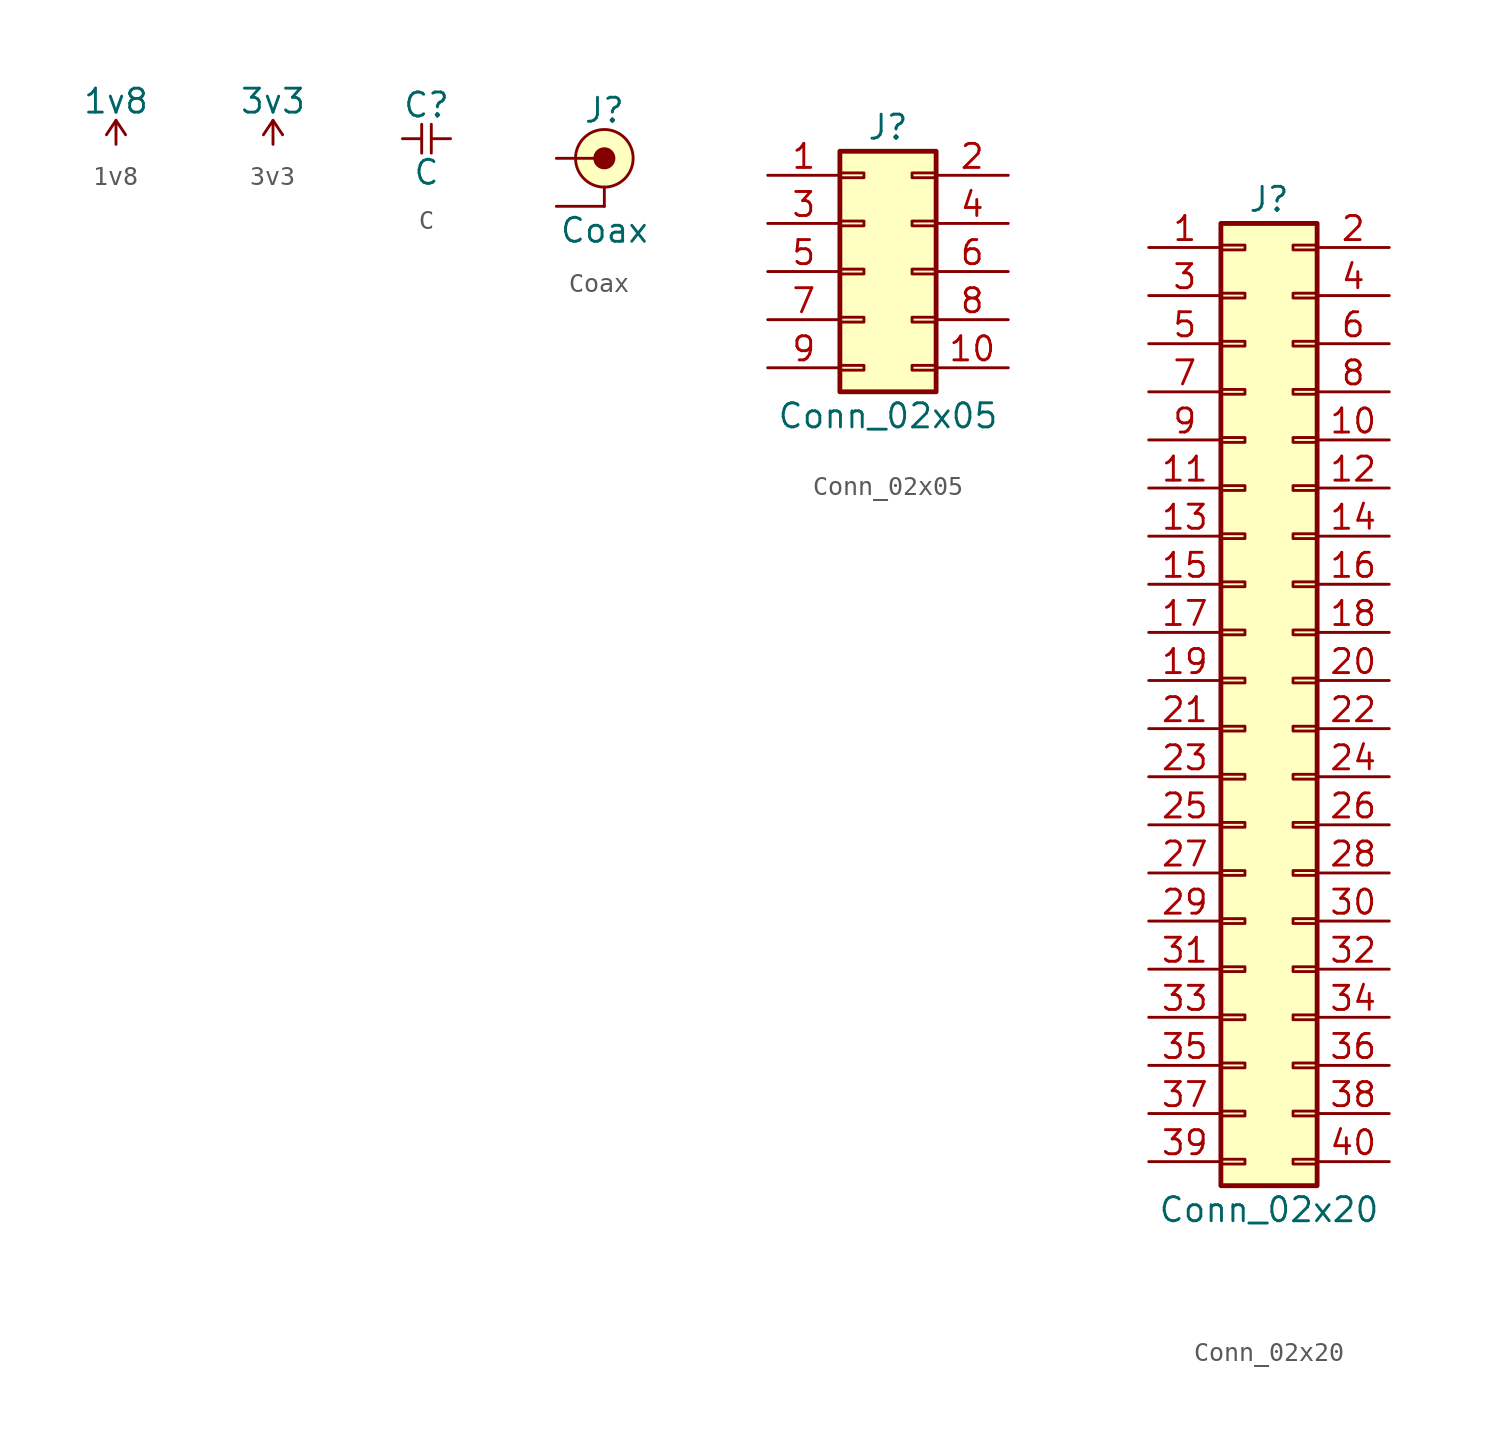
<source format=kicad_sym>
(kicad_symbol_lib
  (version 20211014)
  (generator kicad_symbol_editor)
  (symbol "1v8"
    (power)
    (pin_numbers hide)
    (pin_names
      (offset 1.016) hide)
    (property "Reference" "#PWR"
      (at 0 2.794 0)
      (effects (font (size 1.27 1.27)) (justify left) hide))
    (property "Value" "1v8"
      (at 0 2.286 0)
      (effects (font (size 1.27 1.27))))
    (symbol "1v8_0_1"
      (polyline (pts (xy 0 1.27) (xy 0.508 0.508)) (stroke (width 0) (type default) (color 0 0 0 0)) (fill (type none)))
      (polyline (pts (xy 0 0) (xy 0 1.27) (xy -0.508 0.508)) (stroke (width 0) (type default) (color 0 0 0 0)) (fill (type none))))
    (symbol "1v8_1_1"
      (pin power_in line (at 0 0 180) (length 0) hide (name "1v8" (effects (font (size 1.27 1.27)))) (number "1" (effects (font (size 1.27 1.27)))))))
  (symbol "3v3"
    (power)
    (pin_numbers hide)
    (pin_names
      (offset 1.016) hide)
    (property "Reference" "#PWR"
      (at 0 2.794 0)
      (effects (font (size 1.27 1.27)) (justify left) hide))
    (property "Value" "3v3"
      (at 0 2.286 0)
      (effects (font (size 1.27 1.27))))
    (symbol "3v3_0_1"
      (polyline (pts (xy 0 1.27) (xy 0.508 0.508)) (stroke (width 0) (type default) (color 0 0 0 0)) (fill (type none)))
      (polyline (pts (xy 0 0) (xy 0 1.27) (xy -0.508 0.508)) (stroke (width 0) (type default) (color 0 0 0 0)) (fill (type none))))
    (symbol "3v3_1_1"
      (pin power_in line (at 0 0 180) (length 0) hide (name "3v3" (effects (font (size 1.27 1.27)))) (number "1" (effects (font (size 1.27 1.27)))))))
  (symbol "C"
    (pin_numbers hide)
    (pin_names
      (offset 1.016) hide)
    (property "Reference" "C"
      (at 1.27 1.778 0)
      (effects (font (size 1.27 1.27))))
    (property "Value" "C"
      (at 1.27 -1.778 0)
      (effects (font (size 1.27 1.27))))
    (symbol "C_0_1"
      (polyline (pts (xy 1.016 0.762) (xy 1.016 -0.762)) (stroke (width 0) (type default) (color 0 0 0 0)) (fill (type none)))
      (polyline (pts (xy 1.524 0.762) (xy 1.524 -0.762)) (stroke (width 0) (type default) (color 0 0 0 0)) (fill (type none))))
    (symbol "C_1_1"
      (pin passive line (at 0 0 0) (length 1.016) (name "~" (effects (font (size 1.27 1.27)))) (number "1" (effects (font (size 1.27 1.27)))))
      (pin passive line (at 2.54 0 180) (length 1.016) (name "~" (effects (font (size 1.27 1.27)))) (number "2" (effects (font (size 1.27 1.27)))))))
  (symbol "Coax"
    (pin_numbers hide)
    (pin_names
      (offset 1.016) hide)
    (property "Reference" "J"
      (at 0 2.54 0)
      (effects (font (size 1.27 1.27))))
    (property "Value" "Coax"
      (at 0 -3.81 0)
      (effects (font (size 1.27 1.27))))
    (symbol "Coax_0_1"
      (polyline (pts (xy 0 -1.524) (xy 0 -2.54)) (stroke (width 0) (type default) (color 0 0 0 0)) (fill (type none)))
      (circle (center 0 0) (radius 0.508) (stroke (width 0) (type default) (color 0 0 0 0)) (fill (type outline)))
      (circle (center 0 0) (radius 1.524) (stroke (width 0) (type default) (color 0 0 0 0)) (fill (type background))))
    (symbol "Coax_1_1"
      (pin bidirectional line (at -2.54 0 0) (length 2.54) (name "RF" (effects (font (size 1.27 1.27)))) (number "1" (effects (font (size 1.27 1.27)))))
      (pin power_in line (at -2.54 -2.54 0) (length 2.54) (name "GND" (effects (font (size 1.27 1.27)))) (number "2" (effects (font (size 1.27 1.27)))))))
  (symbol "Conn_02x05"
    (pin_names
      (offset 1.016) hide)
    (property "Reference" "J"
      (at 1.27 7.62 0)
      (effects (font (size 1.27 1.27))))
    (property "Value" "Conn_02x05"
      (at 1.27 -7.62 0)
      (effects (font (size 1.27 1.27))))
    (symbol "Conn_02x05_1_1"
      (rectangle (start -1.27 -4.953) (end 0 -5.207) (stroke (width 0.152) (type default) (color 0 0 0 0)) (fill (type none)))
      (rectangle (start -1.27 -2.413) (end 0 -2.667) (stroke (width 0.152) (type default) (color 0 0 0 0)) (fill (type none)))
      (rectangle (start -1.27 0.127) (end 0 -0.127) (stroke (width 0.152) (type default) (color 0 0 0 0)) (fill (type none)))
      (rectangle (start -1.27 2.667) (end 0 2.413) (stroke (width 0.152) (type default) (color 0 0 0 0)) (fill (type none)))
      (rectangle (start -1.27 5.207) (end 0 4.953) (stroke (width 0.152) (type default) (color 0 0 0 0)) (fill (type none)))
      (rectangle (start -1.27 6.35) (end 3.81 -6.35) (stroke (width 0.254) (type default) (color 0 0 0 0)) (fill (type background)))
      (rectangle (start 3.81 -4.953) (end 2.54 -5.207) (stroke (width 0.152) (type default) (color 0 0 0 0)) (fill (type none)))
      (rectangle (start 3.81 -2.413) (end 2.54 -2.667) (stroke (width 0.152) (type default) (color 0 0 0 0)) (fill (type none)))
      (rectangle (start 3.81 0.127) (end 2.54 -0.127) (stroke (width 0.152) (type default) (color 0 0 0 0)) (fill (type none)))
      (rectangle (start 3.81 2.667) (end 2.54 2.413) (stroke (width 0.152) (type default) (color 0 0 0 0)) (fill (type none)))
      (rectangle (start 3.81 5.207) (end 2.54 4.953) (stroke (width 0.152) (type default) (color 0 0 0 0)) (fill (type none)))
      (pin passive line (at -5.08 5.08 0) (length 3.81) (name "Pin_1" (effects (font (size 1.27 1.27)))) (number "1" (effects (font (size 1.27 1.27)))))
      (pin passive line (at 7.62 -5.08 180) (length 3.81) (name "Pin_10" (effects (font (size 1.27 1.27)))) (number "10" (effects (font (size 1.27 1.27)))))
      (pin passive line (at 7.62 5.08 180) (length 3.81) (name "Pin_2" (effects (font (size 1.27 1.27)))) (number "2" (effects (font (size 1.27 1.27)))))
      (pin passive line (at -5.08 2.54 0) (length 3.81) (name "Pin_3" (effects (font (size 1.27 1.27)))) (number "3" (effects (font (size 1.27 1.27)))))
      (pin passive line (at 7.62 2.54 180) (length 3.81) (name "Pin_4" (effects (font (size 1.27 1.27)))) (number "4" (effects (font (size 1.27 1.27)))))
      (pin passive line (at -5.08 0 0) (length 3.81) (name "Pin_5" (effects (font (size 1.27 1.27)))) (number "5" (effects (font (size 1.27 1.27)))))
      (pin passive line (at 7.62 0 180) (length 3.81) (name "Pin_6" (effects (font (size 1.27 1.27)))) (number "6" (effects (font (size 1.27 1.27)))))
      (pin passive line (at -5.08 -2.54 0) (length 3.81) (name "Pin_7" (effects (font (size 1.27 1.27)))) (number "7" (effects (font (size 1.27 1.27)))))
      (pin passive line (at 7.62 -2.54 180) (length 3.81) (name "Pin_8" (effects (font (size 1.27 1.27)))) (number "8" (effects (font (size 1.27 1.27)))))
      (pin passive line (at -5.08 -5.08 0) (length 3.81) (name "Pin_9" (effects (font (size 1.27 1.27)))) (number "9" (effects (font (size 1.27 1.27)))))))
  (symbol "Conn_02x20"
    (pin_names
      (offset 1.016) hide)
    (property "Reference" "J"
      (at 1.27 25.4 0)
      (effects (font (size 1.27 1.27))))
    (property "Value" "Conn_02x20"
      (at 1.27 -27.94 0)
      (effects (font (size 1.27 1.27))))
    (symbol "Conn_02x20_1_1"
      (rectangle (start -1.27 -25.273) (end 0 -25.527) (stroke (width 0.152) (type default) (color 0 0 0 0)) (fill (type none)))
      (rectangle (start -1.27 -22.733) (end 0 -22.987) (stroke (width 0.152) (type default) (color 0 0 0 0)) (fill (type none)))
      (rectangle (start -1.27 -20.193) (end 0 -20.447) (stroke (width 0.152) (type default) (color 0 0 0 0)) (fill (type none)))
      (rectangle (start -1.27 -17.653) (end 0 -17.907) (stroke (width 0.152) (type default) (color 0 0 0 0)) (fill (type none)))
      (rectangle (start -1.27 -15.113) (end 0 -15.367) (stroke (width 0.152) (type default) (color 0 0 0 0)) (fill (type none)))
      (rectangle (start -1.27 -12.573) (end 0 -12.827) (stroke (width 0.152) (type default) (color 0 0 0 0)) (fill (type none)))
      (rectangle (start -1.27 -10.033) (end 0 -10.287) (stroke (width 0.152) (type default) (color 0 0 0 0)) (fill (type none)))
      (rectangle (start -1.27 -7.493) (end 0 -7.747) (stroke (width 0.152) (type default) (color 0 0 0 0)) (fill (type none)))
      (rectangle (start -1.27 -4.953) (end 0 -5.207) (stroke (width 0.152) (type default) (color 0 0 0 0)) (fill (type none)))
      (rectangle (start -1.27 -2.413) (end 0 -2.667) (stroke (width 0.152) (type default) (color 0 0 0 0)) (fill (type none)))
      (rectangle (start -1.27 0.127) (end 0 -0.127) (stroke (width 0.152) (type default) (color 0 0 0 0)) (fill (type none)))
      (rectangle (start -1.27 2.667) (end 0 2.413) (stroke (width 0.152) (type default) (color 0 0 0 0)) (fill (type none)))
      (rectangle (start -1.27 5.207) (end 0 4.953) (stroke (width 0.152) (type default) (color 0 0 0 0)) (fill (type none)))
      (rectangle (start -1.27 7.747) (end 0 7.493) (stroke (width 0.152) (type default) (color 0 0 0 0)) (fill (type none)))
      (rectangle (start -1.27 10.287) (end 0 10.033) (stroke (width 0.152) (type default) (color 0 0 0 0)) (fill (type none)))
      (rectangle (start -1.27 12.827) (end 0 12.573) (stroke (width 0.152) (type default) (color 0 0 0 0)) (fill (type none)))
      (rectangle (start -1.27 15.367) (end 0 15.113) (stroke (width 0.152) (type default) (color 0 0 0 0)) (fill (type none)))
      (rectangle (start -1.27 17.907) (end 0 17.653) (stroke (width 0.152) (type default) (color 0 0 0 0)) (fill (type none)))
      (rectangle (start -1.27 20.447) (end 0 20.193) (stroke (width 0.152) (type default) (color 0 0 0 0)) (fill (type none)))
      (rectangle (start -1.27 22.987) (end 0 22.733) (stroke (width 0.152) (type default) (color 0 0 0 0)) (fill (type none)))
      (rectangle (start -1.27 24.13) (end 3.81 -26.67) (stroke (width 0.254) (type default) (color 0 0 0 0)) (fill (type background)))
      (rectangle (start 3.81 -25.273) (end 2.54 -25.527) (stroke (width 0.152) (type default) (color 0 0 0 0)) (fill (type none)))
      (rectangle (start 3.81 -22.733) (end 2.54 -22.987) (stroke (width 0.152) (type default) (color 0 0 0 0)) (fill (type none)))
      (rectangle (start 3.81 -20.193) (end 2.54 -20.447) (stroke (width 0.152) (type default) (color 0 0 0 0)) (fill (type none)))
      (rectangle (start 3.81 -17.653) (end 2.54 -17.907) (stroke (width 0.152) (type default) (color 0 0 0 0)) (fill (type none)))
      (rectangle (start 3.81 -15.113) (end 2.54 -15.367) (stroke (width 0.152) (type default) (color 0 0 0 0)) (fill (type none)))
      (rectangle (start 3.81 -12.573) (end 2.54 -12.827) (stroke (width 0.152) (type default) (color 0 0 0 0)) (fill (type none)))
      (rectangle (start 3.81 -10.033) (end 2.54 -10.287) (stroke (width 0.152) (type default) (color 0 0 0 0)) (fill (type none)))
      (rectangle (start 3.81 -7.493) (end 2.54 -7.747) (stroke (width 0.152) (type default) (color 0 0 0 0)) (fill (type none)))
      (rectangle (start 3.81 -4.953) (end 2.54 -5.207) (stroke (width 0.152) (type default) (color 0 0 0 0)) (fill (type none)))
      (rectangle (start 3.81 -2.413) (end 2.54 -2.667) (stroke (width 0.152) (type default) (color 0 0 0 0)) (fill (type none)))
      (rectangle (start 3.81 0.127) (end 2.54 -0.127) (stroke (width 0.152) (type default) (color 0 0 0 0)) (fill (type none)))
      (rectangle (start 3.81 2.667) (end 2.54 2.413) (stroke (width 0.152) (type default) (color 0 0 0 0)) (fill (type none)))
      (rectangle (start 3.81 5.207) (end 2.54 4.953) (stroke (width 0.152) (type default) (color 0 0 0 0)) (fill (type none)))
      (rectangle (start 3.81 7.747) (end 2.54 7.493) (stroke (width 0.152) (type default) (color 0 0 0 0)) (fill (type none)))
      (rectangle (start 3.81 10.287) (end 2.54 10.033) (stroke (width 0.152) (type default) (color 0 0 0 0)) (fill (type none)))
      (rectangle (start 3.81 12.827) (end 2.54 12.573) (stroke (width 0.152) (type default) (color 0 0 0 0)) (fill (type none)))
      (rectangle (start 3.81 15.367) (end 2.54 15.113) (stroke (width 0.152) (type default) (color 0 0 0 0)) (fill (type none)))
      (rectangle (start 3.81 17.907) (end 2.54 17.653) (stroke (width 0.152) (type default) (color 0 0 0 0)) (fill (type none)))
      (rectangle (start 3.81 20.447) (end 2.54 20.193) (stroke (width 0.152) (type default) (color 0 0 0 0)) (fill (type none)))
      (rectangle (start 3.81 22.987) (end 2.54 22.733) (stroke (width 0.152) (type default) (color 0 0 0 0)) (fill (type none)))
      (pin passive line (at -5.08 22.86 0) (length 3.81) (name "Pin_1" (effects (font (size 1.27 1.27)))) (number "1" (effects (font (size 1.27 1.27)))))
      (pin passive line (at 7.62 12.7 180) (length 3.81) (name "Pin_10" (effects (font (size 1.27 1.27)))) (number "10" (effects (font (size 1.27 1.27)))))
      (pin passive line (at -5.08 10.16 0) (length 3.81) (name "Pin_11" (effects (font (size 1.27 1.27)))) (number "11" (effects (font (size 1.27 1.27)))))
      (pin passive line (at 7.62 10.16 180) (length 3.81) (name "Pin_12" (effects (font (size 1.27 1.27)))) (number "12" (effects (font (size 1.27 1.27)))))
      (pin passive line (at -5.08 7.62 0) (length 3.81) (name "Pin_13" (effects (font (size 1.27 1.27)))) (number "13" (effects (font (size 1.27 1.27)))))
      (pin passive line (at 7.62 7.62 180) (length 3.81) (name "Pin_14" (effects (font (size 1.27 1.27)))) (number "14" (effects (font (size 1.27 1.27)))))
      (pin passive line (at -5.08 5.08 0) (length 3.81) (name "Pin_15" (effects (font (size 1.27 1.27)))) (number "15" (effects (font (size 1.27 1.27)))))
      (pin passive line (at 7.62 5.08 180) (length 3.81) (name "Pin_16" (effects (font (size 1.27 1.27)))) (number "16" (effects (font (size 1.27 1.27)))))
      (pin passive line (at -5.08 2.54 0) (length 3.81) (name "Pin_17" (effects (font (size 1.27 1.27)))) (number "17" (effects (font (size 1.27 1.27)))))
      (pin passive line (at 7.62 2.54 180) (length 3.81) (name "Pin_18" (effects (font (size 1.27 1.27)))) (number "18" (effects (font (size 1.27 1.27)))))
      (pin passive line (at -5.08 0 0) (length 3.81) (name "Pin_19" (effects (font (size 1.27 1.27)))) (number "19" (effects (font (size 1.27 1.27)))))
      (pin passive line (at 7.62 22.86 180) (length 3.81) (name "Pin_2" (effects (font (size 1.27 1.27)))) (number "2" (effects (font (size 1.27 1.27)))))
      (pin passive line (at 7.62 0 180) (length 3.81) (name "Pin_20" (effects (font (size 1.27 1.27)))) (number "20" (effects (font (size 1.27 1.27)))))
      (pin passive line (at -5.08 -2.54 0) (length 3.81) (name "Pin_21" (effects (font (size 1.27 1.27)))) (number "21" (effects (font (size 1.27 1.27)))))
      (pin passive line (at 7.62 -2.54 180) (length 3.81) (name "Pin_22" (effects (font (size 1.27 1.27)))) (number "22" (effects (font (size 1.27 1.27)))))
      (pin passive line (at -5.08 -5.08 0) (length 3.81) (name "Pin_23" (effects (font (size 1.27 1.27)))) (number "23" (effects (font (size 1.27 1.27)))))
      (pin passive line (at 7.62 -5.08 180) (length 3.81) (name "Pin_24" (effects (font (size 1.27 1.27)))) (number "24" (effects (font (size 1.27 1.27)))))
      (pin passive line (at -5.08 -7.62 0) (length 3.81) (name "Pin_25" (effects (font (size 1.27 1.27)))) (number "25" (effects (font (size 1.27 1.27)))))
      (pin passive line (at 7.62 -7.62 180) (length 3.81) (name "Pin_26" (effects (font (size 1.27 1.27)))) (number "26" (effects (font (size 1.27 1.27)))))
      (pin passive line (at -5.08 -10.16 0) (length 3.81) (name "Pin_27" (effects (font (size 1.27 1.27)))) (number "27" (effects (font (size 1.27 1.27)))))
      (pin passive line (at 7.62 -10.16 180) (length 3.81) (name "Pin_28" (effects (font (size 1.27 1.27)))) (number "28" (effects (font (size 1.27 1.27)))))
      (pin passive line (at -5.08 -12.7 0) (length 3.81) (name "Pin_29" (effects (font (size 1.27 1.27)))) (number "29" (effects (font (size 1.27 1.27)))))
      (pin passive line (at -5.08 20.32 0) (length 3.81) (name "Pin_3" (effects (font (size 1.27 1.27)))) (number "3" (effects (font (size 1.27 1.27)))))
      (pin passive line (at 7.62 -12.7 180) (length 3.81) (name "Pin_30" (effects (font (size 1.27 1.27)))) (number "30" (effects (font (size 1.27 1.27)))))
      (pin passive line (at -5.08 -15.24 0) (length 3.81) (name "Pin_31" (effects (font (size 1.27 1.27)))) (number "31" (effects (font (size 1.27 1.27)))))
      (pin passive line (at 7.62 -15.24 180) (length 3.81) (name "Pin_32" (effects (font (size 1.27 1.27)))) (number "32" (effects (font (size 1.27 1.27)))))
      (pin passive line (at -5.08 -17.78 0) (length 3.81) (name "Pin_33" (effects (font (size 1.27 1.27)))) (number "33" (effects (font (size 1.27 1.27)))))
      (pin passive line (at 7.62 -17.78 180) (length 3.81) (name "Pin_34" (effects (font (size 1.27 1.27)))) (number "34" (effects (font (size 1.27 1.27)))))
      (pin passive line (at -5.08 -20.32 0) (length 3.81) (name "Pin_35" (effects (font (size 1.27 1.27)))) (number "35" (effects (font (size 1.27 1.27)))))
      (pin passive line (at 7.62 -20.32 180) (length 3.81) (name "Pin_36" (effects (font (size 1.27 1.27)))) (number "36" (effects (font (size 1.27 1.27)))))
      (pin passive line (at -5.08 -22.86 0) (length 3.81) (name "Pin_37" (effects (font (size 1.27 1.27)))) (number "37" (effects (font (size 1.27 1.27)))))
      (pin passive line (at 7.62 -22.86 180) (length 3.81) (name "Pin_38" (effects (font (size 1.27 1.27)))) (number "38" (effects (font (size 1.27 1.27)))))
      (pin passive line (at -5.08 -25.4 0) (length 3.81) (name "Pin_39" (effects (font (size 1.27 1.27)))) (number "39" (effects (font (size 1.27 1.27)))))
      (pin passive line (at 7.62 20.32 180) (length 3.81) (name "Pin_4" (effects (font (size 1.27 1.27)))) (number "4" (effects (font (size 1.27 1.27)))))
      (pin passive line (at 7.62 -25.4 180) (length 3.81) (name "Pin_40" (effects (font (size 1.27 1.27)))) (number "40" (effects (font (size 1.27 1.27)))))
      (pin passive line (at -5.08 17.78 0) (length 3.81) (name "Pin_5" (effects (font (size 1.27 1.27)))) (number "5" (effects (font (size 1.27 1.27)))))
      (pin passive line (at 7.62 17.78 180) (length 3.81) (name "Pin_6" (effects (font (size 1.27 1.27)))) (number "6" (effects (font (size 1.27 1.27)))))
      (pin passive line (at -5.08 15.24 0) (length 3.81) (name "Pin_7" (effects (font (size 1.27 1.27)))) (number "7" (effects (font (size 1.27 1.27)))))
      (pin passive line (at 7.62 15.24 180) (length 3.81) (name "Pin_8" (effects (font (size 1.27 1.27)))) (number "8" (effects (font (size 1.27 1.27)))))
      (pin passive line (at -5.08 12.7 0) (length 3.81) (name "Pin_9" (effects (font (size 1.27 1.27)))) (number "9" (effects (font (size 1.27 1.27))))))))
</source>
